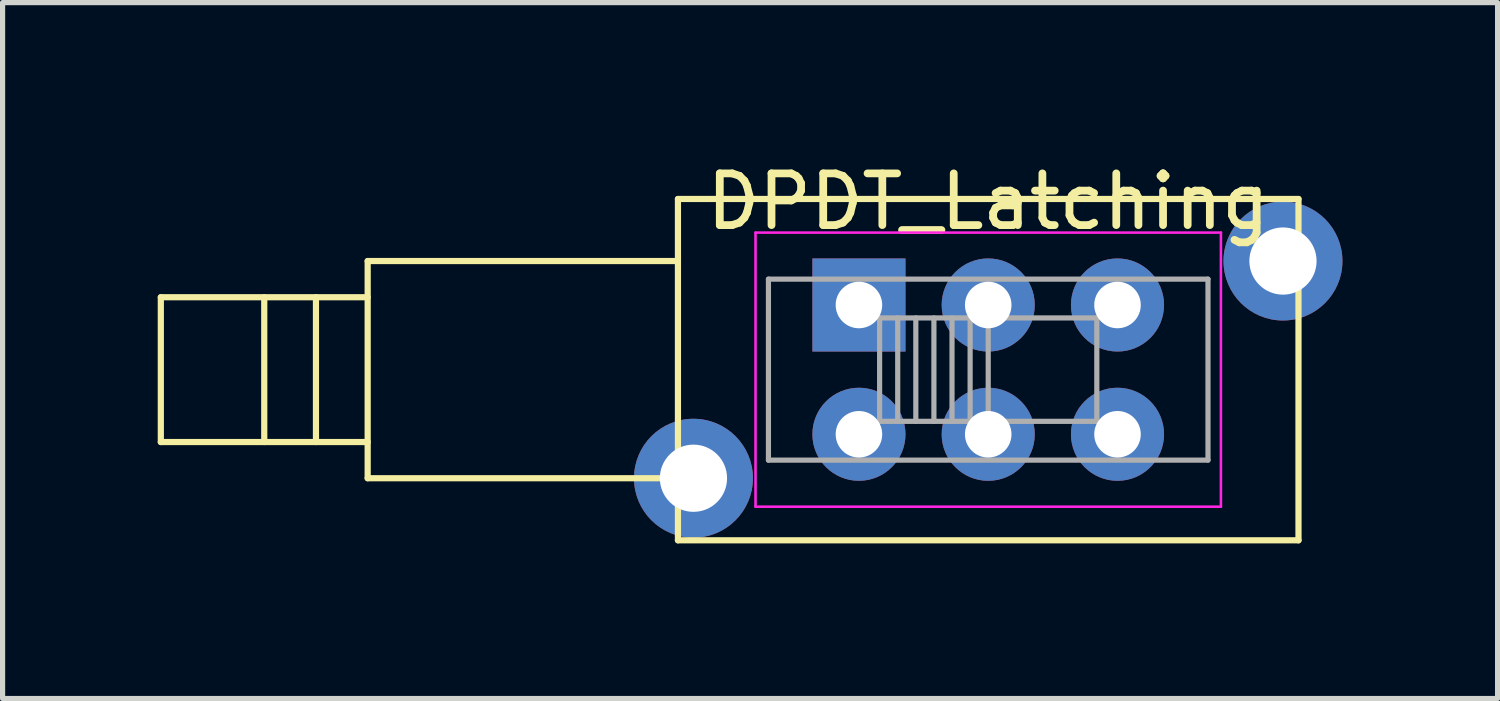
<source format=kicad_pcb>
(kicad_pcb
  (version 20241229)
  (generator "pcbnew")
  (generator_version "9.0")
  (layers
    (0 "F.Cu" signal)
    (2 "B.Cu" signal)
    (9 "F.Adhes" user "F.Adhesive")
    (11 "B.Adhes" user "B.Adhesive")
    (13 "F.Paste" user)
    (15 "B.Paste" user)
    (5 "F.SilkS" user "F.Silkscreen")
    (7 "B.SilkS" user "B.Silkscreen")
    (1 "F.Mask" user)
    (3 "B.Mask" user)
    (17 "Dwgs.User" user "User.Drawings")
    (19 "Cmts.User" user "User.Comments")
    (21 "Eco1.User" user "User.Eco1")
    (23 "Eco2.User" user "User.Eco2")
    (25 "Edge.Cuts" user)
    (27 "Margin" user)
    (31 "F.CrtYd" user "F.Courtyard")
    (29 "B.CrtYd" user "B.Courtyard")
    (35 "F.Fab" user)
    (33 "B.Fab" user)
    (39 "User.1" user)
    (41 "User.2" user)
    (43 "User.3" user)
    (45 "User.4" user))
  (footprint "DPDT_Latching"
    (layer "F.Cu")
    (at 13.56 2.848)
    (property "Reference" "DPDT_Latching" (at 2.5 -2 0) (layer "F.SilkS") (effects (font (size 1 1) (thickness 0.15))))
    (attr through_hole)
    (fp_line (start -13.5 -0.15) (end -13.5 2.65) (stroke (width 0.12) (type solid)) (layer "F.SilkS"))
    (fp_line (start -11.5 -0.15) (end -11.5 2.65) (stroke (width 0.12) (type solid)) (layer "F.SilkS"))
    (fp_line (start -10.5 -0.15) (end -10.5 2.65) (stroke (width 0.12) (type solid)) (layer "F.SilkS"))
    (fp_line (start -9.5 -0.85) (end -9.5 3.35) (stroke (width 0.12) (type solid)) (layer "F.SilkS"))
    (fp_line (start -9.5 -0.15) (end -13.5 -0.15) (stroke (width 0.12) (type solid)) (layer "F.SilkS"))
    (fp_line (start -9.5 2.65) (end -13.5 2.65) (stroke (width 0.12) (type solid)) (layer "F.SilkS"))
    (fp_line (start -9.5 3.35) (end -3.5 3.35) (stroke (width 0.12) (type solid)) (layer "F.SilkS"))
    (fp_line (start -3.5 -0.85) (end -9.5 -0.85) (stroke (width 0.12) (type solid)) (layer "F.SilkS"))
    (fp_line (start -3.5 4.55) (end -3.5 -2.05) (stroke (width 0.12) (type solid)) (layer "F.SilkS"))
    (fp_line (start 8.5 -2.05) (end -3.5 -2.05) (stroke (width 0.12) (type solid)) (layer "F.SilkS"))
    (fp_line (start 8.5 4.55) (end -3.5 4.55) (stroke (width 0.12) (type solid)) (layer "F.SilkS"))
    (fp_line (start 8.5 4.55) (end 8.5 -2.05) (stroke (width 0.12) (type solid)) (layer "F.SilkS"))
    (fp_line (start -2 -1.4) (end 7 -1.4) (stroke (width 0.05) (type solid)) (layer "F.CrtYd"))
    (fp_line (start -2 3.9) (end -2 -1.4) (stroke (width 0.05) (type solid)) (layer "F.CrtYd"))
    (fp_line (start 7 -1.4) (end 7 3.9) (stroke (width 0.05) (type solid)) (layer "F.CrtYd"))
    (fp_line (start 7 3.9) (end -2 3.9) (stroke (width 0.05) (type solid)) (layer "F.CrtYd"))
    (fp_line (start -1.75 -0.5) (end -1.75 3) (stroke (width 0.1) (type solid)) (layer "F.Fab"))
    (fp_line (start -1.75 -0.5) (end 6.75 -0.5) (stroke (width 0.1) (type solid)) (layer "F.Fab"))
    (fp_line (start 0.4 0.25) (end 0.4 2.25) (stroke (width 0.1) (type solid)) (layer "F.Fab"))
    (fp_line (start 0.4 0.25) (end 4.6 0.25) (stroke (width 0.1) (type solid)) (layer "F.Fab"))
    (fp_line (start 0.75 0.25) (end 0.75 2.25) (stroke (width 0.1) (type solid)) (layer "F.Fab"))
    (fp_line (start 1.1 0.25) (end 1.1 2.25) (stroke (width 0.1) (type solid)) (layer "F.Fab"))
    (fp_line (start 1.45 0.25) (end 1.45 2.25) (stroke (width 0.1) (type solid)) (layer "F.Fab"))
    (fp_line (start 1.8 0.25) (end 1.8 2.25) (stroke (width 0.1) (type solid)) (layer "F.Fab"))
    (fp_line (start 2.15 0.25) (end 2.15 2.25) (stroke (width 0.1) (type solid)) (layer "F.Fab"))
    (fp_line (start 2.5 0.25) (end 2.5 2.25) (stroke (width 0.1) (type solid)) (layer "F.Fab"))
    (fp_line (start 4.6 0.25) (end 4.6 2.25) (stroke (width 0.1) (type solid)) (layer "F.Fab"))
    (fp_line (start 4.6 2.25) (end 0.4 2.25) (stroke (width 0.1) (type solid)) (layer "F.Fab"))
    (fp_line (start 6.75 -0.5) (end 6.75 3) (stroke (width 0.1) (type solid)) (layer "F.Fab"))
    (fp_line (start 6.75 3) (end -1.75 3) (stroke (width 0.1) (type solid)) (layer "F.Fab"))
    (pad "" thru_hole circle (at -3.2 3.35) (size 2.3 2.3) (drill 1.3) (layers "*.Cu" "*.Mask"))
    (pad "" thru_hole circle (at 8.2 -0.85) (size 2.3 2.3) (drill 1.3) (layers "*.Cu" "*.Mask"))
    (pad "1" thru_hole rect (at 0 0) (size 1.8 1.8) (drill 0.9) (layers "*.Cu" "*.Mask"))
    (pad "2" thru_hole circle (at 2.5 0) (size 1.8 1.8) (drill 0.9) (layers "*.Cu" "*.Mask"))
    (pad "3" thru_hole circle (at 5 0) (size 1.8 1.8) (drill 0.9) (layers "*.Cu" "*.Mask"))
    (pad "4" thru_hole circle (at 0 2.5) (size 1.8 1.8) (drill 0.9) (layers "*.Cu" "*.Mask"))
    (pad "5" thru_hole circle (at 2.5 2.5) (size 1.8 1.8) (drill 0.9) (layers "*.Cu" "*.Mask"))
    (pad "6" thru_hole circle (at 5 2.5) (size 1.8 1.8) (drill 0.9) (layers "*.Cu" "*.Mask")))
  (gr_rect
    (start -3 -3)
    (end 25.91 10.458)
    (stroke (width 0.1) (type default))
    (fill no)
    (layer "Edge.Cuts")))
</source>
